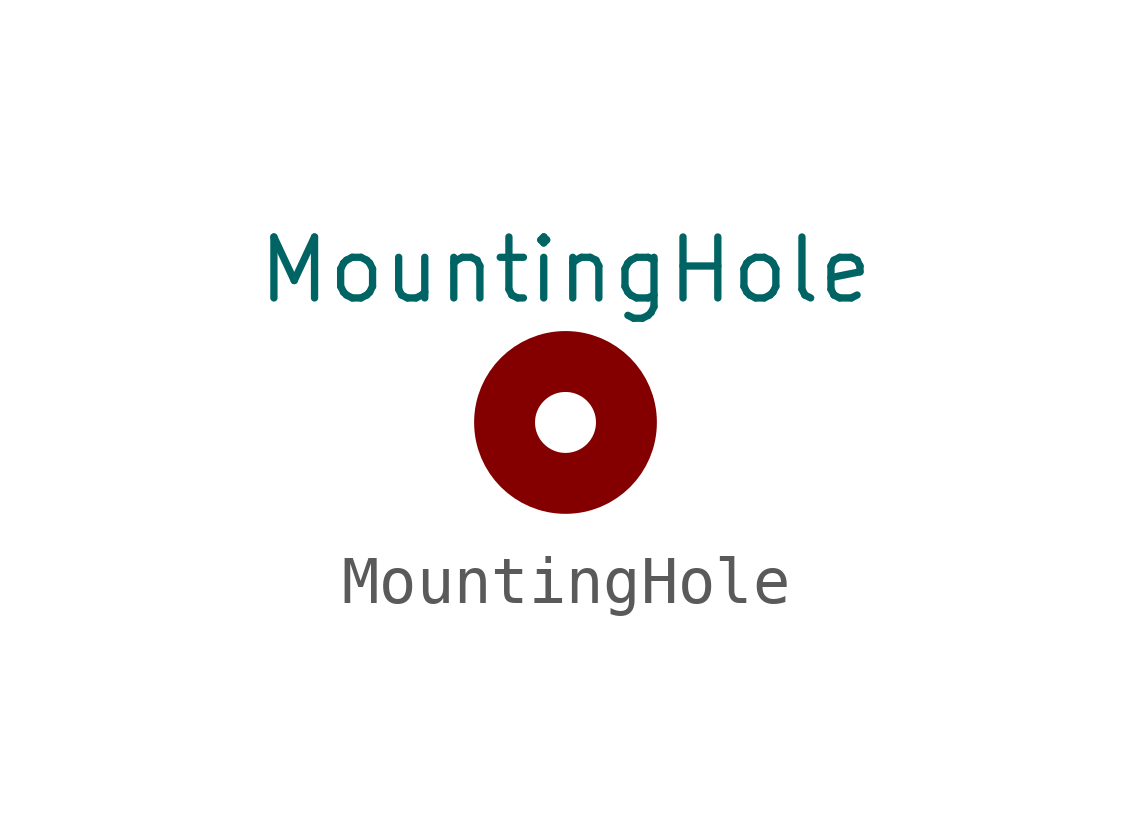
<source format=kicad_sym>
(kicad_symbol_lib
  (version 20220914)
  (generator kicad_symbol_editor)
  (symbol "MountingHole"
    (pin_names
      (offset 1.016))
    (property "Reference" "H"
      (at 0 5.08 0)
      (effects (font (size 1.27 1.27)) hide))
    (property "Value" "MountingHole"
      (at 0 3.175 0)
      (effects (font (size 1.27 1.27))))
    (symbol "MountingHole_0_1"
      (circle (center 0 0) (radius 1.27) (stroke (width 1.27) (type default)) (fill (type none))))))
</source>
